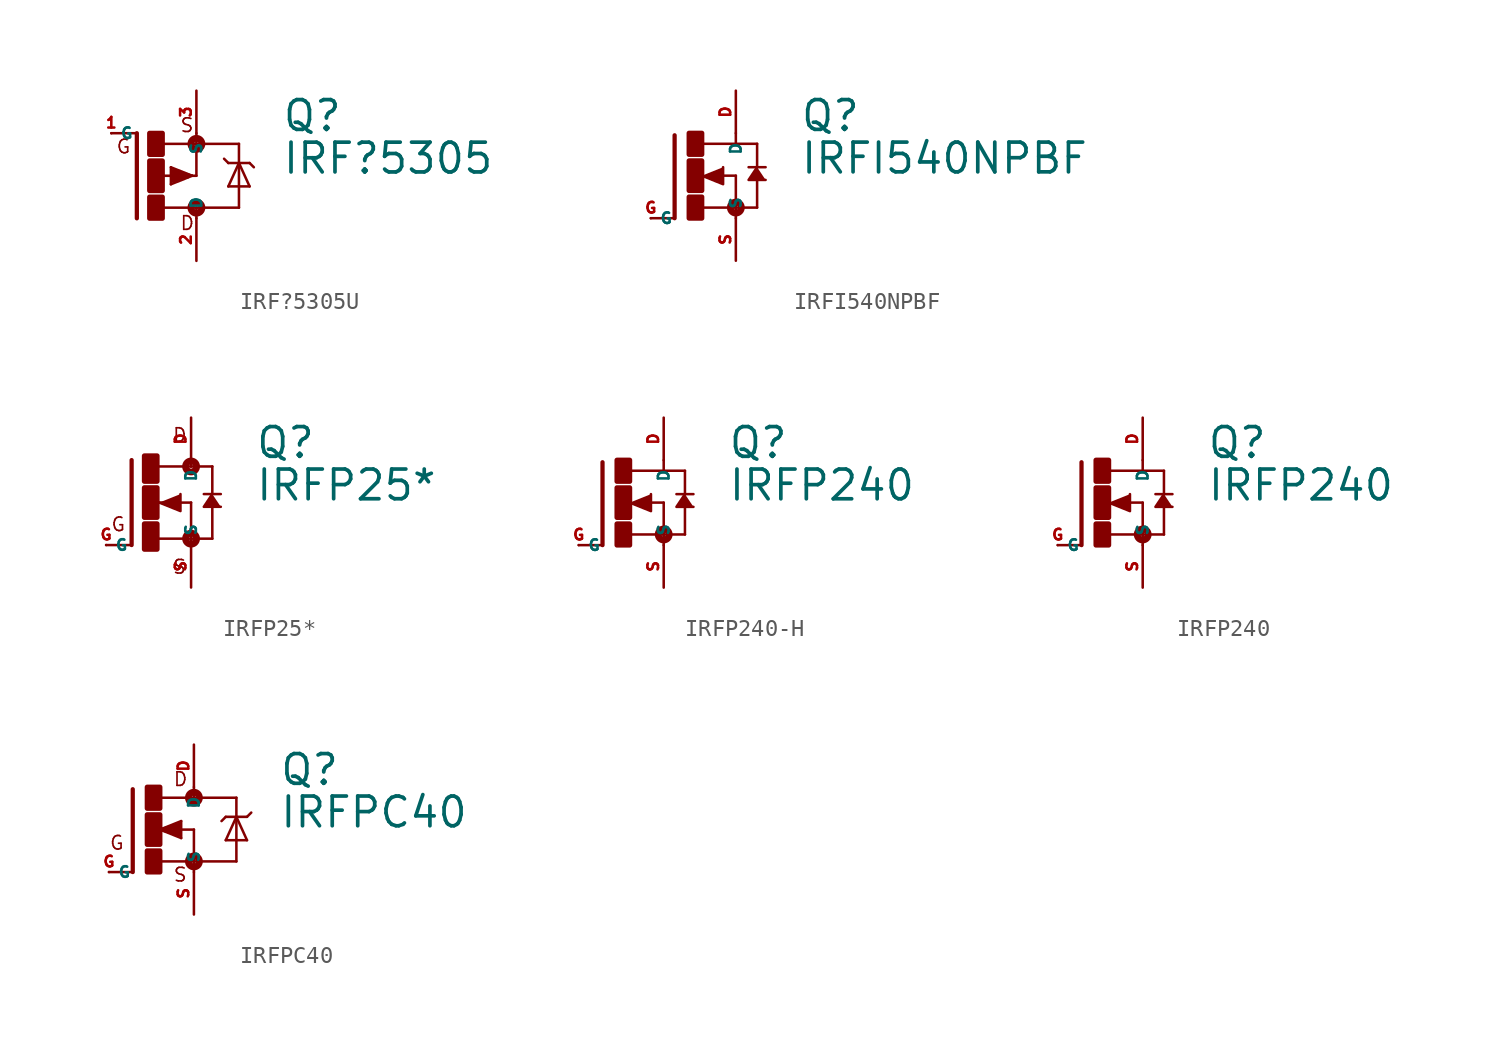
<source format=kicad_sym>
(kicad_symbol_lib
  (version 20220914)
  (generator Eagle2Kicad)
  (symbol "IRF?5305U"
    (property "Reference" "Q"
      (at 7.62 2.54 0)
      (effects (font (size 1.778 1.778) (thickness 0.22)) (justify left bottom)))
    (property "Value" "IRF?5305"
      (at 7.62 0 0)
      (effects (font (size 1.778 1.778) (thickness 0.22)) (justify left bottom)))
    (polyline
      (pts (xy -1.016 -2.54) (xy -1.016 2.54))
      (stroke (width 0.254) (type default))
      (fill (type none)))
    (polyline
      (pts (xy -1.016 2.54) (xy -2.54 2.54))
      (stroke (width 0.152) (type default))
      (fill (type none)))
    (polyline
      (pts (xy 2.54 -1.905) (xy 0.533 -1.905))
      (stroke (width 0.152) (type default))
      (fill (type none)))
    (polyline
      (pts (xy 2.54 0) (xy 2.54 1.905))
      (stroke (width 0.152) (type default))
      (fill (type none)))
    (polyline
      (pts (xy 0.508 1.905) (xy 2.54 1.905))
      (stroke (width 0.152) (type default))
      (fill (type none)))
    (polyline
      (pts (xy 2.54 -2.54) (xy 2.54 -1.905))
      (stroke (width 0.152) (type default))
      (fill (type none)))
    (polyline
      (pts (xy 2.54 -1.905) (xy 5.08 -1.905))
      (stroke (width 0.152) (type default))
      (fill (type none)))
    (polyline
      (pts (xy 5.08 1.905) (xy 2.54 1.905))
      (stroke (width 0.152) (type default))
      (fill (type none)))
    (polyline
      (pts (xy 2.54 1.905) (xy 2.54 2.54))
      (stroke (width 0.152) (type default))
      (fill (type none)))
    (polyline
      (pts (xy 2.235 0) (xy 2.286 0))
      (stroke (width 0.152) (type default))
      (fill (type none)))
    (polyline
      (pts (xy 2.286 0) (xy 2.54 0))
      (stroke (width 0.152) (type default))
      (fill (type none)))
    (polyline
      (pts (xy 2.286 0) (xy 1.016 -0.508))
      (stroke (width 0.152) (type default))
      (fill (type none)))
    (polyline
      (pts (xy 1.016 -0.508) (xy 1.016 0.508))
      (stroke (width 0.152) (type default))
      (fill (type none)))
    (polyline
      (pts (xy 1.016 0.508) (xy 2.286 0))
      (stroke (width 0.152) (type default))
      (fill (type none)))
    (polyline
      (pts (xy 1.143 0) (xy 0.254 0))
      (stroke (width 0.152) (type default))
      (fill (type none)))
    (polyline
      (pts (xy 1.143 0.254) (xy 2.032 0))
      (stroke (width 0.305) (type default))
      (fill (type none)))
    (polyline
      (pts (xy 2.032 0) (xy 1.143 -0.254))
      (stroke (width 0.305) (type default))
      (fill (type none)))
    (polyline
      (pts (xy 1.143 -0.254) (xy 1.143 0))
      (stroke (width 0.305) (type default))
      (fill (type none)))
    (polyline
      (pts (xy 1.143 0) (xy 1.397 0))
      (stroke (width 0.305) (type default))
      (fill (type none)))
    (polyline
      (pts (xy 5.08 1.905) (xy 5.08 0.762))
      (stroke (width 0.152) (type default))
      (fill (type none)))
    (polyline
      (pts (xy 5.08 0.762) (xy 5.08 -1.905))
      (stroke (width 0.152) (type default))
      (fill (type none)))
    (polyline
      (pts (xy 5.08 0.762) (xy 5.715 -0.635))
      (stroke (width 0.152) (type default))
      (fill (type none)))
    (polyline
      (pts (xy 5.715 -0.635) (xy 4.445 -0.635))
      (stroke (width 0.152) (type default))
      (fill (type none)))
    (polyline
      (pts (xy 4.445 -0.635) (xy 5.08 0.762))
      (stroke (width 0.152) (type default))
      (fill (type none)))
    (polyline
      (pts (xy 5.715 0.762) (xy 5.08 0.762))
      (stroke (width 0.152) (type default))
      (fill (type none)))
    (polyline
      (pts (xy 5.08 0.762) (xy 4.445 0.762))
      (stroke (width 0.152) (type default))
      (fill (type none)))
    (polyline
      (pts (xy 4.445 0.762) (xy 4.191 1.016))
      (stroke (width 0.152) (type default))
      (fill (type none)))
    (polyline
      (pts (xy 5.715 0.762) (xy 5.969 0.508))
      (stroke (width 0.152) (type default))
      (fill (type none)))
    (text "D"
      (at 1.524 -3.302 0)
      (effects (font (size 0.813 0.813) (thickness 0.10)) (justify left bottom)))
    (text "S"
      (at 1.524 2.54 0)
      (effects (font (size 0.813 0.813) (thickness 0.10)) (justify left bottom)))
    (text "G"
      (at -2.286 1.27 0)
      (effects (font (size 0.813 0.813) (thickness 0.10)) (justify left bottom)))
    (circle
      (center 2.54 1.905)
      (radius 0.127)
      (stroke (width 0.406) (type default))
      (fill (type none)))
    (circle
      (center 2.54 -1.905)
      (radius 0.127)
      (stroke (width 0.406) (type default))
      (fill (type none)))
    (rectangle
      (start -0.254 1.27)
      (end 0.508 2.54)
      (stroke (width 0.3) (type default))
      (fill (type outline)))
    (rectangle
      (start -0.254 -2.54)
      (end 0.508 -1.27)
      (stroke (width 0.3) (type default))
      (fill (type outline)))
    (rectangle
      (start -0.254 -0.889)
      (end 0.508 0.889)
      (stroke (width 0.3) (type default))
      (fill (type outline)))
    (pin passive line
      (at -2.54 2.54 0)
      (length 0)
      (name "G" (effects (font (size 0.635 0.635) (thickness 0.08)) (justify left bottom)))
      (number "1" (effects (font (size 0.635 0.635) (thickness 0.08)) (justify left bottom))))
    (pin passive line
      (at 2.54 -5.08 90)
      (length 2.54)
      (name "D" (effects (font (size 0.635 0.635) (thickness 0.08)) (justify left bottom)))
      (number "2" (effects (font (size 0.635 0.635) (thickness 0.08)) (justify left bottom))))
    (pin passive line
      (at 2.54 5.08 270)
      (length 2.54)
      (name "S" (effects (font (size 0.635 0.635) (thickness 0.08)) (justify left bottom)))
      (number "3" (effects (font (size 0.635 0.635) (thickness 0.08)) (justify left bottom)))))
  (symbol "IRFI540NPBF"
    (property "Reference" "Q"
      (at 6.35 2.54 0)
      (effects (font (size 1.778 1.778) (thickness 0.22)) (justify left bottom)))
    (property "Value" "IRFI540NPBF"
      (at 6.35 0 0)
      (effects (font (size 1.778 1.778) (thickness 0.22)) (justify left bottom)))
    (polyline
      (pts (xy 0.508 0) (xy 1.778 -0.508) (xy 1.778 0.508))
      (stroke (width 0.152) (type default))
      (fill (type outline)))
    (polyline
      (pts (xy 3.81 0.508) (xy 3.302 -0.254) (xy 4.318 -0.254))
      (stroke (width 0.152) (type default))
      (fill (type outline)))
    (polyline
      (pts (xy -1.118 2.413) (xy -1.118 -2.54))
      (stroke (width 0.254) (type default))
      (fill (type none)))
    (polyline
      (pts (xy -1.118 -2.54) (xy -2.54 -2.54))
      (stroke (width 0.152) (type default))
      (fill (type none)))
    (polyline
      (pts (xy 2.54 2.54) (xy 2.54 1.905))
      (stroke (width 0.152) (type default))
      (fill (type none)))
    (polyline
      (pts (xy 2.54 0) (xy 2.54 -1.905))
      (stroke (width 0.152) (type default))
      (fill (type none)))
    (polyline
      (pts (xy 0.508 -1.905) (xy 2.54 -1.905))
      (stroke (width 0.152) (type default))
      (fill (type none)))
    (polyline
      (pts (xy 2.54 -1.905) (xy 2.54 -2.54))
      (stroke (width 0.152) (type default))
      (fill (type none)))
    (polyline
      (pts (xy 1.651 0) (xy 2.54 0))
      (stroke (width 0.152) (type default))
      (fill (type none)))
    (polyline
      (pts (xy 3.302 0.508) (xy 3.81 0.508))
      (stroke (width 0.152) (type default))
      (fill (type none)))
    (polyline
      (pts (xy 3.81 0.508) (xy 4.318 0.508))
      (stroke (width 0.152) (type default))
      (fill (type none)))
    (polyline
      (pts (xy 3.81 1.905) (xy 2.54 1.905))
      (stroke (width 0.152) (type default))
      (fill (type none)))
    (polyline
      (pts (xy 2.54 1.905) (xy 0.533 1.905))
      (stroke (width 0.152) (type default))
      (fill (type none)))
    (polyline
      (pts (xy 3.81 0.508) (xy 3.81 1.905))
      (stroke (width 0.152) (type default))
      (fill (type none)))
    (polyline
      (pts (xy 3.81 -1.905) (xy 3.81 -0.127))
      (stroke (width 0.152) (type default))
      (fill (type none)))
    (polyline
      (pts (xy 3.81 -1.905) (xy 2.54 -1.905))
      (stroke (width 0.152) (type default))
      (fill (type none)))
    (circle
      (center 2.54 -1.905)
      (radius 0.127)
      (stroke (width 0.406) (type default))
      (fill (type none)))
    (rectangle
      (start -0.254 -2.54)
      (end 0.508 -1.27)
      (stroke (width 0.3) (type default))
      (fill (type outline)))
    (rectangle
      (start -0.254 1.27)
      (end 0.508 2.54)
      (stroke (width 0.3) (type default))
      (fill (type outline)))
    (rectangle
      (start -0.254 -0.889)
      (end 0.508 0.889)
      (stroke (width 0.3) (type default))
      (fill (type outline)))
    (pin passive line
      (at -2.54 -2.54 0)
      (length 0)
      (name "G" (effects (font (size 0.635 0.635) (thickness 0.08)) (justify left bottom)))
      (number "G" (effects (font (size 0.635 0.635) (thickness 0.08)) (justify left bottom))))
    (pin passive line
      (at 2.54 5.08 270)
      (length 2.54)
      (name "D" (effects (font (size 0.635 0.635) (thickness 0.08)) (justify left bottom)))
      (number "D" (effects (font (size 0.635 0.635) (thickness 0.08)) (justify left bottom))))
    (pin passive line
      (at 2.54 -5.08 90)
      (length 2.54)
      (name "S" (effects (font (size 0.635 0.635) (thickness 0.08)) (justify left bottom)))
      (number "S" (effects (font (size 0.635 0.635) (thickness 0.08)) (justify left bottom)))))
  (symbol "IRFP25*"
    (property "Reference" "Q"
      (at 6.35 2.54 0)
      (effects (font (size 1.778 1.778) (thickness 0.22)) (justify left bottom)))
    (property "Value" "IRFP25*"
      (at 6.35 0 0)
      (effects (font (size 1.778 1.778) (thickness 0.22)) (justify left bottom)))
    (polyline
      (pts (xy 3.81 0.508) (xy 3.302 -0.254) (xy 4.318 -0.254))
      (stroke (width 0.152) (type default))
      (fill (type outline)))
    (polyline
      (pts (xy 0.635 0) (xy 1.905 -0.508) (xy 1.905 0.508))
      (stroke (width 0.152) (type default))
      (fill (type outline)))
    (polyline
      (pts (xy -1.016 2.54) (xy -1.016 -2.54))
      (stroke (width 0.254) (type default))
      (fill (type none)))
    (polyline
      (pts (xy -1.016 -2.54) (xy -2.54 -2.54))
      (stroke (width 0.152) (type default))
      (fill (type none)))
    (polyline
      (pts (xy 2.54 2.54) (xy 2.54 2.159))
      (stroke (width 0.152) (type default))
      (fill (type none)))
    (polyline
      (pts (xy 0.508 -2.159) (xy 2.54 -2.159))
      (stroke (width 0.152) (type default))
      (fill (type none)))
    (polyline
      (pts (xy 2.54 -2.159) (xy 2.54 -2.54))
      (stroke (width 0.152) (type default))
      (fill (type none)))
    (polyline
      (pts (xy 0.381 0) (xy 2.54 0))
      (stroke (width 0.152) (type default))
      (fill (type none)))
    (polyline
      (pts (xy 3.302 0.508) (xy 3.81 0.508))
      (stroke (width 0.152) (type default))
      (fill (type none)))
    (polyline
      (pts (xy 3.81 0.508) (xy 4.318 0.508))
      (stroke (width 0.152) (type default))
      (fill (type none)))
    (polyline
      (pts (xy 3.81 2.159) (xy 2.54 2.159))
      (stroke (width 0.152) (type default))
      (fill (type none)))
    (polyline
      (pts (xy 2.54 2.159) (xy 0.533 2.159))
      (stroke (width 0.152) (type default))
      (fill (type none)))
    (polyline
      (pts (xy 3.81 0.508) (xy 3.81 2.159))
      (stroke (width 0.152) (type default))
      (fill (type none)))
    (polyline
      (pts (xy 3.81 -2.159) (xy 3.81 -0.127))
      (stroke (width 0.152) (type default))
      (fill (type none)))
    (polyline
      (pts (xy 3.81 -2.159) (xy 2.54 -2.159))
      (stroke (width 0.152) (type default))
      (fill (type none)))
    (polyline
      (pts (xy 2.54 0) (xy 2.54 -2.159))
      (stroke (width 0.152) (type default))
      (fill (type none)))
    (text "D"
      (at 1.397 3.556 0)
      (effects (font (size 0.813 0.813) (thickness 0.10)) (justify left bottom)))
    (text "S"
      (at 1.397 -4.318 0)
      (effects (font (size 0.813 0.813) (thickness 0.10)) (justify left bottom)))
    (text "G"
      (at -2.286 -1.778 0)
      (effects (font (size 0.813 0.813) (thickness 0.10)) (justify left bottom)))
    (circle
      (center 2.54 2.159)
      (radius 0.127)
      (stroke (width 0.406) (type default))
      (fill (type none)))
    (circle
      (center 2.54 -2.159)
      (radius 0.127)
      (stroke (width 0.406) (type default))
      (fill (type none)))
    (rectangle
      (start -0.254 -2.794)
      (end 0.508 -1.27)
      (stroke (width 0.3) (type default))
      (fill (type outline)))
    (rectangle
      (start -0.254 1.27)
      (end 0.508 2.794)
      (stroke (width 0.3) (type default))
      (fill (type outline)))
    (rectangle
      (start -0.254 -0.889)
      (end 0.508 0.889)
      (stroke (width 0.3) (type default))
      (fill (type outline)))
    (pin passive line
      (at -2.54 -2.54 0)
      (length 0)
      (name "G" (effects (font (size 0.635 0.635) (thickness 0.08)) (justify left bottom)))
      (number "G" (effects (font (size 0.635 0.635) (thickness 0.08)) (justify left bottom))))
    (pin passive line
      (at 2.54 -5.08 90)
      (length 2.54)
      (name "S" (effects (font (size 0.635 0.635) (thickness 0.08)) (justify left bottom)))
      (number "S" (effects (font (size 0.635 0.635) (thickness 0.08)) (justify left bottom))))
    (pin passive line
      (at 2.54 5.08 270)
      (length 2.54)
      (name "D" (effects (font (size 0.635 0.635) (thickness 0.08)) (justify left bottom)))
      (number "D" (effects (font (size 0.635 0.635) (thickness 0.08)) (justify left bottom)))))
  (symbol "IRFP240-H"
    (property "Reference" "Q"
      (at 6.35 2.54 0)
      (effects (font (size 1.778 1.778) (thickness 0.22)) (justify left bottom)))
    (property "Value" "IRFP240"
      (at 6.35 0 0)
      (effects (font (size 1.778 1.778) (thickness 0.22)) (justify left bottom)))
    (polyline
      (pts (xy 0.508 0) (xy 1.778 -0.508) (xy 1.778 0.508))
      (stroke (width 0.152) (type default))
      (fill (type outline)))
    (polyline
      (pts (xy 3.81 0.508) (xy 3.302 -0.254) (xy 4.318 -0.254))
      (stroke (width 0.152) (type default))
      (fill (type outline)))
    (polyline
      (pts (xy -1.118 2.413) (xy -1.118 -2.54))
      (stroke (width 0.254) (type default))
      (fill (type none)))
    (polyline
      (pts (xy -1.118 -2.54) (xy -2.54 -2.54))
      (stroke (width 0.152) (type default))
      (fill (type none)))
    (polyline
      (pts (xy 2.54 2.54) (xy 2.54 1.905))
      (stroke (width 0.152) (type default))
      (fill (type none)))
    (polyline
      (pts (xy 2.54 0) (xy 2.54 -1.905))
      (stroke (width 0.152) (type default))
      (fill (type none)))
    (polyline
      (pts (xy 0.508 -1.905) (xy 2.54 -1.905))
      (stroke (width 0.152) (type default))
      (fill (type none)))
    (polyline
      (pts (xy 2.54 -1.905) (xy 2.54 -2.54))
      (stroke (width 0.152) (type default))
      (fill (type none)))
    (polyline
      (pts (xy 1.651 0) (xy 2.54 0))
      (stroke (width 0.152) (type default))
      (fill (type none)))
    (polyline
      (pts (xy 3.302 0.508) (xy 3.81 0.508))
      (stroke (width 0.152) (type default))
      (fill (type none)))
    (polyline
      (pts (xy 3.81 0.508) (xy 4.318 0.508))
      (stroke (width 0.152) (type default))
      (fill (type none)))
    (polyline
      (pts (xy 3.81 1.905) (xy 2.54 1.905))
      (stroke (width 0.152) (type default))
      (fill (type none)))
    (polyline
      (pts (xy 2.54 1.905) (xy 0.533 1.905))
      (stroke (width 0.152) (type default))
      (fill (type none)))
    (polyline
      (pts (xy 3.81 0.508) (xy 3.81 1.905))
      (stroke (width 0.152) (type default))
      (fill (type none)))
    (polyline
      (pts (xy 3.81 -1.905) (xy 3.81 -0.127))
      (stroke (width 0.152) (type default))
      (fill (type none)))
    (polyline
      (pts (xy 3.81 -1.905) (xy 2.54 -1.905))
      (stroke (width 0.152) (type default))
      (fill (type none)))
    (circle
      (center 2.54 -1.905)
      (radius 0.127)
      (stroke (width 0.406) (type default))
      (fill (type none)))
    (rectangle
      (start -0.254 -2.54)
      (end 0.508 -1.27)
      (stroke (width 0.3) (type default))
      (fill (type outline)))
    (rectangle
      (start -0.254 1.27)
      (end 0.508 2.54)
      (stroke (width 0.3) (type default))
      (fill (type outline)))
    (rectangle
      (start -0.254 -0.889)
      (end 0.508 0.889)
      (stroke (width 0.3) (type default))
      (fill (type outline)))
    (pin passive line
      (at -2.54 -2.54 0)
      (length 0)
      (name "G" (effects (font (size 0.635 0.635) (thickness 0.08)) (justify left bottom)))
      (number "G" (effects (font (size 0.635 0.635) (thickness 0.08)) (justify left bottom))))
    (pin passive line
      (at 2.54 5.08 270)
      (length 2.54)
      (name "D" (effects (font (size 0.635 0.635) (thickness 0.08)) (justify left bottom)))
      (number "D" (effects (font (size 0.635 0.635) (thickness 0.08)) (justify left bottom))))
    (pin passive line
      (at 2.54 -5.08 90)
      (length 2.54)
      (name "S" (effects (font (size 0.635 0.635) (thickness 0.08)) (justify left bottom)))
      (number "S" (effects (font (size 0.635 0.635) (thickness 0.08)) (justify left bottom)))))
  (symbol "IRFP240"
    (property "Reference" "Q"
      (at 6.35 2.54 0)
      (effects (font (size 1.778 1.778) (thickness 0.22)) (justify left bottom)))
    (property "Value" "IRFP240"
      (at 6.35 0 0)
      (effects (font (size 1.778 1.778) (thickness 0.22)) (justify left bottom)))
    (polyline
      (pts (xy 0.508 0) (xy 1.778 -0.508) (xy 1.778 0.508))
      (stroke (width 0.152) (type default))
      (fill (type outline)))
    (polyline
      (pts (xy 3.81 0.508) (xy 3.302 -0.254) (xy 4.318 -0.254))
      (stroke (width 0.152) (type default))
      (fill (type outline)))
    (polyline
      (pts (xy -1.118 2.413) (xy -1.118 -2.54))
      (stroke (width 0.254) (type default))
      (fill (type none)))
    (polyline
      (pts (xy -1.118 -2.54) (xy -2.54 -2.54))
      (stroke (width 0.152) (type default))
      (fill (type none)))
    (polyline
      (pts (xy 2.54 2.54) (xy 2.54 1.905))
      (stroke (width 0.152) (type default))
      (fill (type none)))
    (polyline
      (pts (xy 2.54 0) (xy 2.54 -1.905))
      (stroke (width 0.152) (type default))
      (fill (type none)))
    (polyline
      (pts (xy 0.508 -1.905) (xy 2.54 -1.905))
      (stroke (width 0.152) (type default))
      (fill (type none)))
    (polyline
      (pts (xy 2.54 -1.905) (xy 2.54 -2.54))
      (stroke (width 0.152) (type default))
      (fill (type none)))
    (polyline
      (pts (xy 1.651 0) (xy 2.54 0))
      (stroke (width 0.152) (type default))
      (fill (type none)))
    (polyline
      (pts (xy 3.302 0.508) (xy 3.81 0.508))
      (stroke (width 0.152) (type default))
      (fill (type none)))
    (polyline
      (pts (xy 3.81 0.508) (xy 4.318 0.508))
      (stroke (width 0.152) (type default))
      (fill (type none)))
    (polyline
      (pts (xy 3.81 1.905) (xy 2.54 1.905))
      (stroke (width 0.152) (type default))
      (fill (type none)))
    (polyline
      (pts (xy 2.54 1.905) (xy 0.533 1.905))
      (stroke (width 0.152) (type default))
      (fill (type none)))
    (polyline
      (pts (xy 3.81 0.508) (xy 3.81 1.905))
      (stroke (width 0.152) (type default))
      (fill (type none)))
    (polyline
      (pts (xy 3.81 -1.905) (xy 3.81 -0.127))
      (stroke (width 0.152) (type default))
      (fill (type none)))
    (polyline
      (pts (xy 3.81 -1.905) (xy 2.54 -1.905))
      (stroke (width 0.152) (type default))
      (fill (type none)))
    (circle
      (center 2.54 -1.905)
      (radius 0.127)
      (stroke (width 0.406) (type default))
      (fill (type none)))
    (rectangle
      (start -0.254 -2.54)
      (end 0.508 -1.27)
      (stroke (width 0.3) (type default))
      (fill (type outline)))
    (rectangle
      (start -0.254 1.27)
      (end 0.508 2.54)
      (stroke (width 0.3) (type default))
      (fill (type outline)))
    (rectangle
      (start -0.254 -0.889)
      (end 0.508 0.889)
      (stroke (width 0.3) (type default))
      (fill (type outline)))
    (pin passive line
      (at -2.54 -2.54 0)
      (length 0)
      (name "G" (effects (font (size 0.635 0.635) (thickness 0.08)) (justify left bottom)))
      (number "G" (effects (font (size 0.635 0.635) (thickness 0.08)) (justify left bottom))))
    (pin passive line
      (at 2.54 5.08 270)
      (length 2.54)
      (name "D" (effects (font (size 0.635 0.635) (thickness 0.08)) (justify left bottom)))
      (number "D" (effects (font (size 0.635 0.635) (thickness 0.08)) (justify left bottom))))
    (pin passive line
      (at 2.54 -5.08 90)
      (length 2.54)
      (name "S" (effects (font (size 0.635 0.635) (thickness 0.08)) (justify left bottom)))
      (number "S" (effects (font (size 0.635 0.635) (thickness 0.08)) (justify left bottom)))))
  (symbol "IRFPC40"
    (property "Reference" "Q"
      (at 7.62 2.54 0)
      (effects (font (size 1.778 1.778) (thickness 0.22)) (justify left bottom)))
    (property "Value" "IRFPC40"
      (at 7.62 0 0)
      (effects (font (size 1.778 1.778) (thickness 0.22)) (justify left bottom)))
    (polyline
      (pts (xy -1.118 2.413) (xy -1.118 -2.54))
      (stroke (width 0.254) (type default))
      (fill (type none)))
    (polyline
      (pts (xy -1.118 -2.54) (xy -2.54 -2.54))
      (stroke (width 0.152) (type default))
      (fill (type none)))
    (polyline
      (pts (xy 2.54 1.905) (xy 0.533 1.905))
      (stroke (width 0.152) (type default))
      (fill (type none)))
    (polyline
      (pts (xy 2.54 0) (xy 2.54 -1.905))
      (stroke (width 0.152) (type default))
      (fill (type none)))
    (polyline
      (pts (xy 0.508 -1.905) (xy 2.54 -1.905))
      (stroke (width 0.152) (type default))
      (fill (type none)))
    (polyline
      (pts (xy 2.54 2.54) (xy 2.54 1.905))
      (stroke (width 0.152) (type default))
      (fill (type none)))
    (polyline
      (pts (xy 2.54 1.905) (xy 5.08 1.905))
      (stroke (width 0.152) (type default))
      (fill (type none)))
    (polyline
      (pts (xy 5.08 1.905) (xy 5.08 0.762))
      (stroke (width 0.152) (type default))
      (fill (type none)))
    (polyline
      (pts (xy 5.08 0.762) (xy 5.08 -1.905))
      (stroke (width 0.152) (type default))
      (fill (type none)))
    (polyline
      (pts (xy 5.08 -1.905) (xy 2.54 -1.905))
      (stroke (width 0.152) (type default))
      (fill (type none)))
    (polyline
      (pts (xy 2.54 -1.905) (xy 2.54 -2.54))
      (stroke (width 0.152) (type default))
      (fill (type none)))
    (polyline
      (pts (xy 5.08 0.762) (xy 4.445 -0.635))
      (stroke (width 0.152) (type default))
      (fill (type none)))
    (polyline
      (pts (xy 4.445 -0.635) (xy 5.715 -0.635))
      (stroke (width 0.152) (type default))
      (fill (type none)))
    (polyline
      (pts (xy 5.715 -0.635) (xy 5.08 0.762))
      (stroke (width 0.152) (type default))
      (fill (type none)))
    (polyline
      (pts (xy 4.445 0.762) (xy 5.08 0.762))
      (stroke (width 0.152) (type default))
      (fill (type none)))
    (polyline
      (pts (xy 5.08 0.762) (xy 5.715 0.762))
      (stroke (width 0.152) (type default))
      (fill (type none)))
    (polyline
      (pts (xy 5.715 0.762) (xy 5.969 1.016))
      (stroke (width 0.152) (type default))
      (fill (type none)))
    (polyline
      (pts (xy 4.445 0.762) (xy 4.191 0.508))
      (stroke (width 0.152) (type default))
      (fill (type none)))
    (polyline
      (pts (xy 0.508 0) (xy 1.778 -0.508))
      (stroke (width 0.152) (type default))
      (fill (type none)))
    (polyline
      (pts (xy 1.778 -0.508) (xy 1.778 0.508))
      (stroke (width 0.152) (type default))
      (fill (type none)))
    (polyline
      (pts (xy 1.778 0.508) (xy 0.508 0))
      (stroke (width 0.152) (type default))
      (fill (type none)))
    (polyline
      (pts (xy 1.651 0) (xy 2.54 0))
      (stroke (width 0.152) (type default))
      (fill (type none)))
    (polyline
      (pts (xy 1.651 0.254) (xy 0.762 0))
      (stroke (width 0.305) (type default))
      (fill (type none)))
    (polyline
      (pts (xy 0.762 0) (xy 1.651 -0.254))
      (stroke (width 0.305) (type default))
      (fill (type none)))
    (polyline
      (pts (xy 1.651 -0.254) (xy 1.651 0))
      (stroke (width 0.305) (type default))
      (fill (type none)))
    (polyline
      (pts (xy 1.651 0) (xy 1.397 0))
      (stroke (width 0.305) (type default))
      (fill (type none)))
    (text "D"
      (at 1.27 2.54 0)
      (effects (font (size 0.813 0.813) (thickness 0.10)) (justify left bottom)))
    (text "S"
      (at 1.27 -3.175 0)
      (effects (font (size 0.813 0.813) (thickness 0.10)) (justify left bottom)))
    (text "G"
      (at -2.54 -1.27 0)
      (effects (font (size 0.813 0.813) (thickness 0.10)) (justify left bottom)))
    (circle
      (center 2.54 -1.905)
      (radius 0.127)
      (stroke (width 0.406) (type default))
      (fill (type none)))
    (circle
      (center 2.54 1.905)
      (radius 0.127)
      (stroke (width 0.406) (type default))
      (fill (type none)))
    (rectangle
      (start -0.254 -2.54)
      (end 0.508 -1.27)
      (stroke (width 0.3) (type default))
      (fill (type outline)))
    (rectangle
      (start -0.254 1.27)
      (end 0.508 2.54)
      (stroke (width 0.3) (type default))
      (fill (type outline)))
    (rectangle
      (start -0.254 -0.889)
      (end 0.508 0.889)
      (stroke (width 0.3) (type default))
      (fill (type outline)))
    (pin passive line
      (at -2.54 -2.54 0)
      (length 0)
      (name "G" (effects (font (size 0.635 0.635) (thickness 0.08)) (justify left bottom)))
      (number "G" (effects (font (size 0.635 0.635) (thickness 0.08)) (justify left bottom))))
    (pin passive line
      (at 2.54 5.08 270)
      (length 2.54)
      (name "D" (effects (font (size 0.635 0.635) (thickness 0.08)) (justify left bottom)))
      (number "D" (effects (font (size 0.635 0.635) (thickness 0.08)) (justify left bottom))))
    (pin passive line
      (at 2.54 -5.08 90)
      (length 2.54)
      (name "S" (effects (font (size 0.635 0.635) (thickness 0.08)) (justify left bottom)))
      (number "S" (effects (font (size 0.635 0.635) (thickness 0.08)) (justify left bottom))))))
</source>
